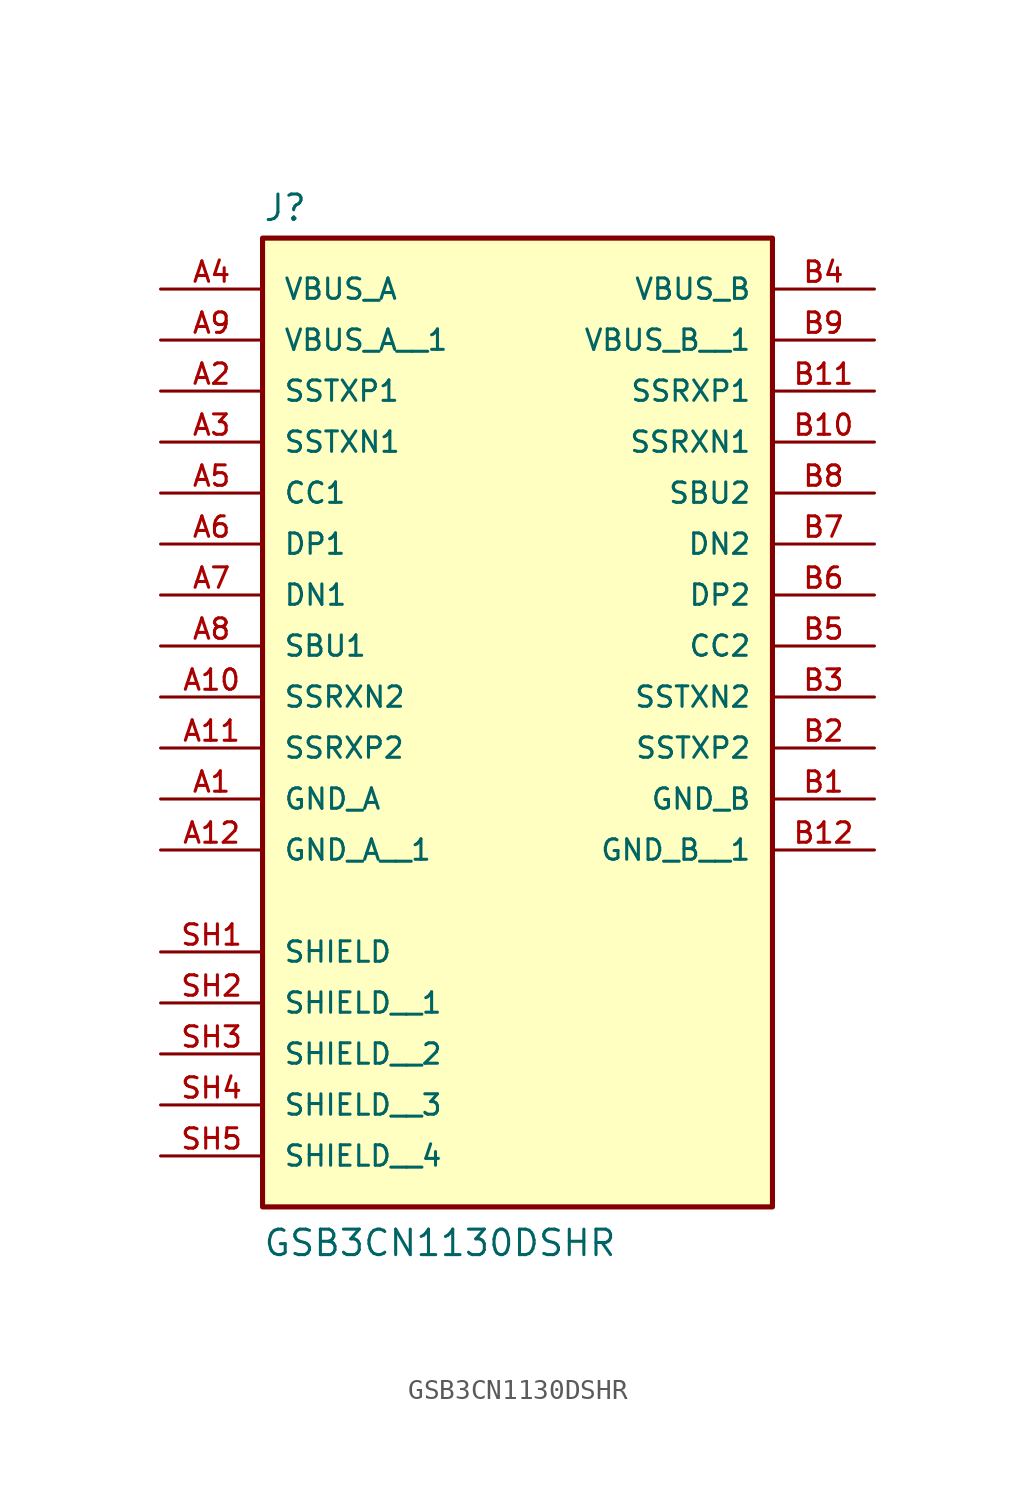
<source format=kicad_sym>
(kicad_symbol_lib
  (version 20211014)
  (generator kicad_symbol_editor)
  (symbol "GSB3CN1130DSHR"
    (pin_names
      (offset 1.016))
    (property "Reference" "J"
      (at -12.7 16.002 0)
      (effects (font (size 1.27 1.27)) (justify bottom left)))
    (property "Value" "GSB3CN1130DSHR"
      (at -12.7 -35.56 0)
      (effects (font (size 1.27 1.27)) (justify bottom left)))
    (symbol "GSB3CN1130DSHR_0_0"
      (rectangle (start -12.7 -33.02) (end 12.7 15.24) (stroke (width 0.254)) (fill (type background)))
      (pin power_in line (at -17.78 -12.7 0) (length 5.08) (name "GND_A" (effects (font (size 1.016 1.016)))) (number "A1" (effects (font (size 1.016 1.016)))))
      (pin bidirectional line (at -17.78 5.08 0) (length 5.08) (name "SSTXN1" (effects (font (size 1.016 1.016)))) (number "A3" (effects (font (size 1.016 1.016)))))
      (pin bidirectional line (at -17.78 7.62 0) (length 5.08) (name "SSTXP1" (effects (font (size 1.016 1.016)))) (number "A2" (effects (font (size 1.016 1.016)))))
      (pin power_in line (at -17.78 12.7 0) (length 5.08) (name "VBUS_A" (effects (font (size 1.016 1.016)))) (number "A4" (effects (font (size 1.016 1.016)))))
      (pin bidirectional line (at -17.78 0.0 0) (length 5.08) (name "DP1" (effects (font (size 1.016 1.016)))) (number "A6" (effects (font (size 1.016 1.016)))))
      (pin bidirectional line (at -17.78 2.54 0) (length 5.08) (name "CC1" (effects (font (size 1.016 1.016)))) (number "A5" (effects (font (size 1.016 1.016)))))
      (pin bidirectional line (at -17.78 -5.08 0) (length 5.08) (name "SBU1" (effects (font (size 1.016 1.016)))) (number "A8" (effects (font (size 1.016 1.016)))))
      (pin bidirectional line (at -17.78 -2.54 0) (length 5.08) (name "DN1" (effects (font (size 1.016 1.016)))) (number "A7" (effects (font (size 1.016 1.016)))))
      (pin bidirectional line (at -17.78 -7.62 0) (length 5.08) (name "SSRXN2" (effects (font (size 1.016 1.016)))) (number "A10" (effects (font (size 1.016 1.016)))))
      (pin bidirectional line (at -17.78 -10.16 0) (length 5.08) (name "SSRXP2" (effects (font (size 1.016 1.016)))) (number "A11" (effects (font (size 1.016 1.016)))))
      (pin passive line (at -17.78 -20.32 0) (length 5.08) (name "SHIELD" (effects (font (size 1.016 1.016)))) (number "SH1" (effects (font (size 1.016 1.016)))))
      (pin power_in line (at 17.78 -12.7 180.0) (length 5.08) (name "GND_B" (effects (font (size 1.016 1.016)))) (number "B1" (effects (font (size 1.016 1.016)))))
      (pin bidirectional line (at 17.78 -7.62 180.0) (length 5.08) (name "SSTXN2" (effects (font (size 1.016 1.016)))) (number "B3" (effects (font (size 1.016 1.016)))))
      (pin bidirectional line (at 17.78 -10.16 180.0) (length 5.08) (name "SSTXP2" (effects (font (size 1.016 1.016)))) (number "B2" (effects (font (size 1.016 1.016)))))
      (pin power_in line (at 17.78 12.7 180.0) (length 5.08) (name "VBUS_B" (effects (font (size 1.016 1.016)))) (number "B4" (effects (font (size 1.016 1.016)))))
      (pin bidirectional line (at 17.78 -2.54 180.0) (length 5.08) (name "DP2" (effects (font (size 1.016 1.016)))) (number "B6" (effects (font (size 1.016 1.016)))))
      (pin bidirectional line (at 17.78 -5.08 180.0) (length 5.08) (name "CC2" (effects (font (size 1.016 1.016)))) (number "B5" (effects (font (size 1.016 1.016)))))
      (pin bidirectional line (at 17.78 2.54 180.0) (length 5.08) (name "SBU2" (effects (font (size 1.016 1.016)))) (number "B8" (effects (font (size 1.016 1.016)))))
      (pin bidirectional line (at 17.78 0.0 180.0) (length 5.08) (name "DN2" (effects (font (size 1.016 1.016)))) (number "B7" (effects (font (size 1.016 1.016)))))
      (pin bidirectional line (at 17.78 5.08 180.0) (length 5.08) (name "SSRXN1" (effects (font (size 1.016 1.016)))) (number "B10" (effects (font (size 1.016 1.016)))))
      (pin bidirectional line (at 17.78 7.62 180.0) (length 5.08) (name "SSRXP1" (effects (font (size 1.016 1.016)))) (number "B11" (effects (font (size 1.016 1.016)))))
      (pin power_in line (at -17.78 10.16 0) (length 5.08) (name "VBUS_A__1" (effects (font (size 1.016 1.016)))) (number "A9" (effects (font (size 1.016 1.016)))))
      (pin power_in line (at -17.78 -15.24 0) (length 5.08) (name "GND_A__1" (effects (font (size 1.016 1.016)))) (number "A12" (effects (font (size 1.016 1.016)))))
      (pin passive line (at -17.78 -22.86 0) (length 5.08) (name "SHIELD__1" (effects (font (size 1.016 1.016)))) (number "SH2" (effects (font (size 1.016 1.016)))))
      (pin passive line (at -17.78 -25.4 0) (length 5.08) (name "SHIELD__2" (effects (font (size 1.016 1.016)))) (number "SH3" (effects (font (size 1.016 1.016)))))
      (pin passive line (at -17.78 -27.94 0) (length 5.08) (name "SHIELD__3" (effects (font (size 1.016 1.016)))) (number "SH4" (effects (font (size 1.016 1.016)))))
      (pin passive line (at -17.78 -30.48 0) (length 5.08) (name "SHIELD__4" (effects (font (size 1.016 1.016)))) (number "SH5" (effects (font (size 1.016 1.016)))))
      (pin power_in line (at 17.78 10.16 180.0) (length 5.08) (name "VBUS_B__1" (effects (font (size 1.016 1.016)))) (number "B9" (effects (font (size 1.016 1.016)))))
      (pin power_in line (at 17.78 -15.24 180.0) (length 5.08) (name "GND_B__1" (effects (font (size 1.016 1.016)))) (number "B12" (effects (font (size 1.016 1.016))))))))
</source>
